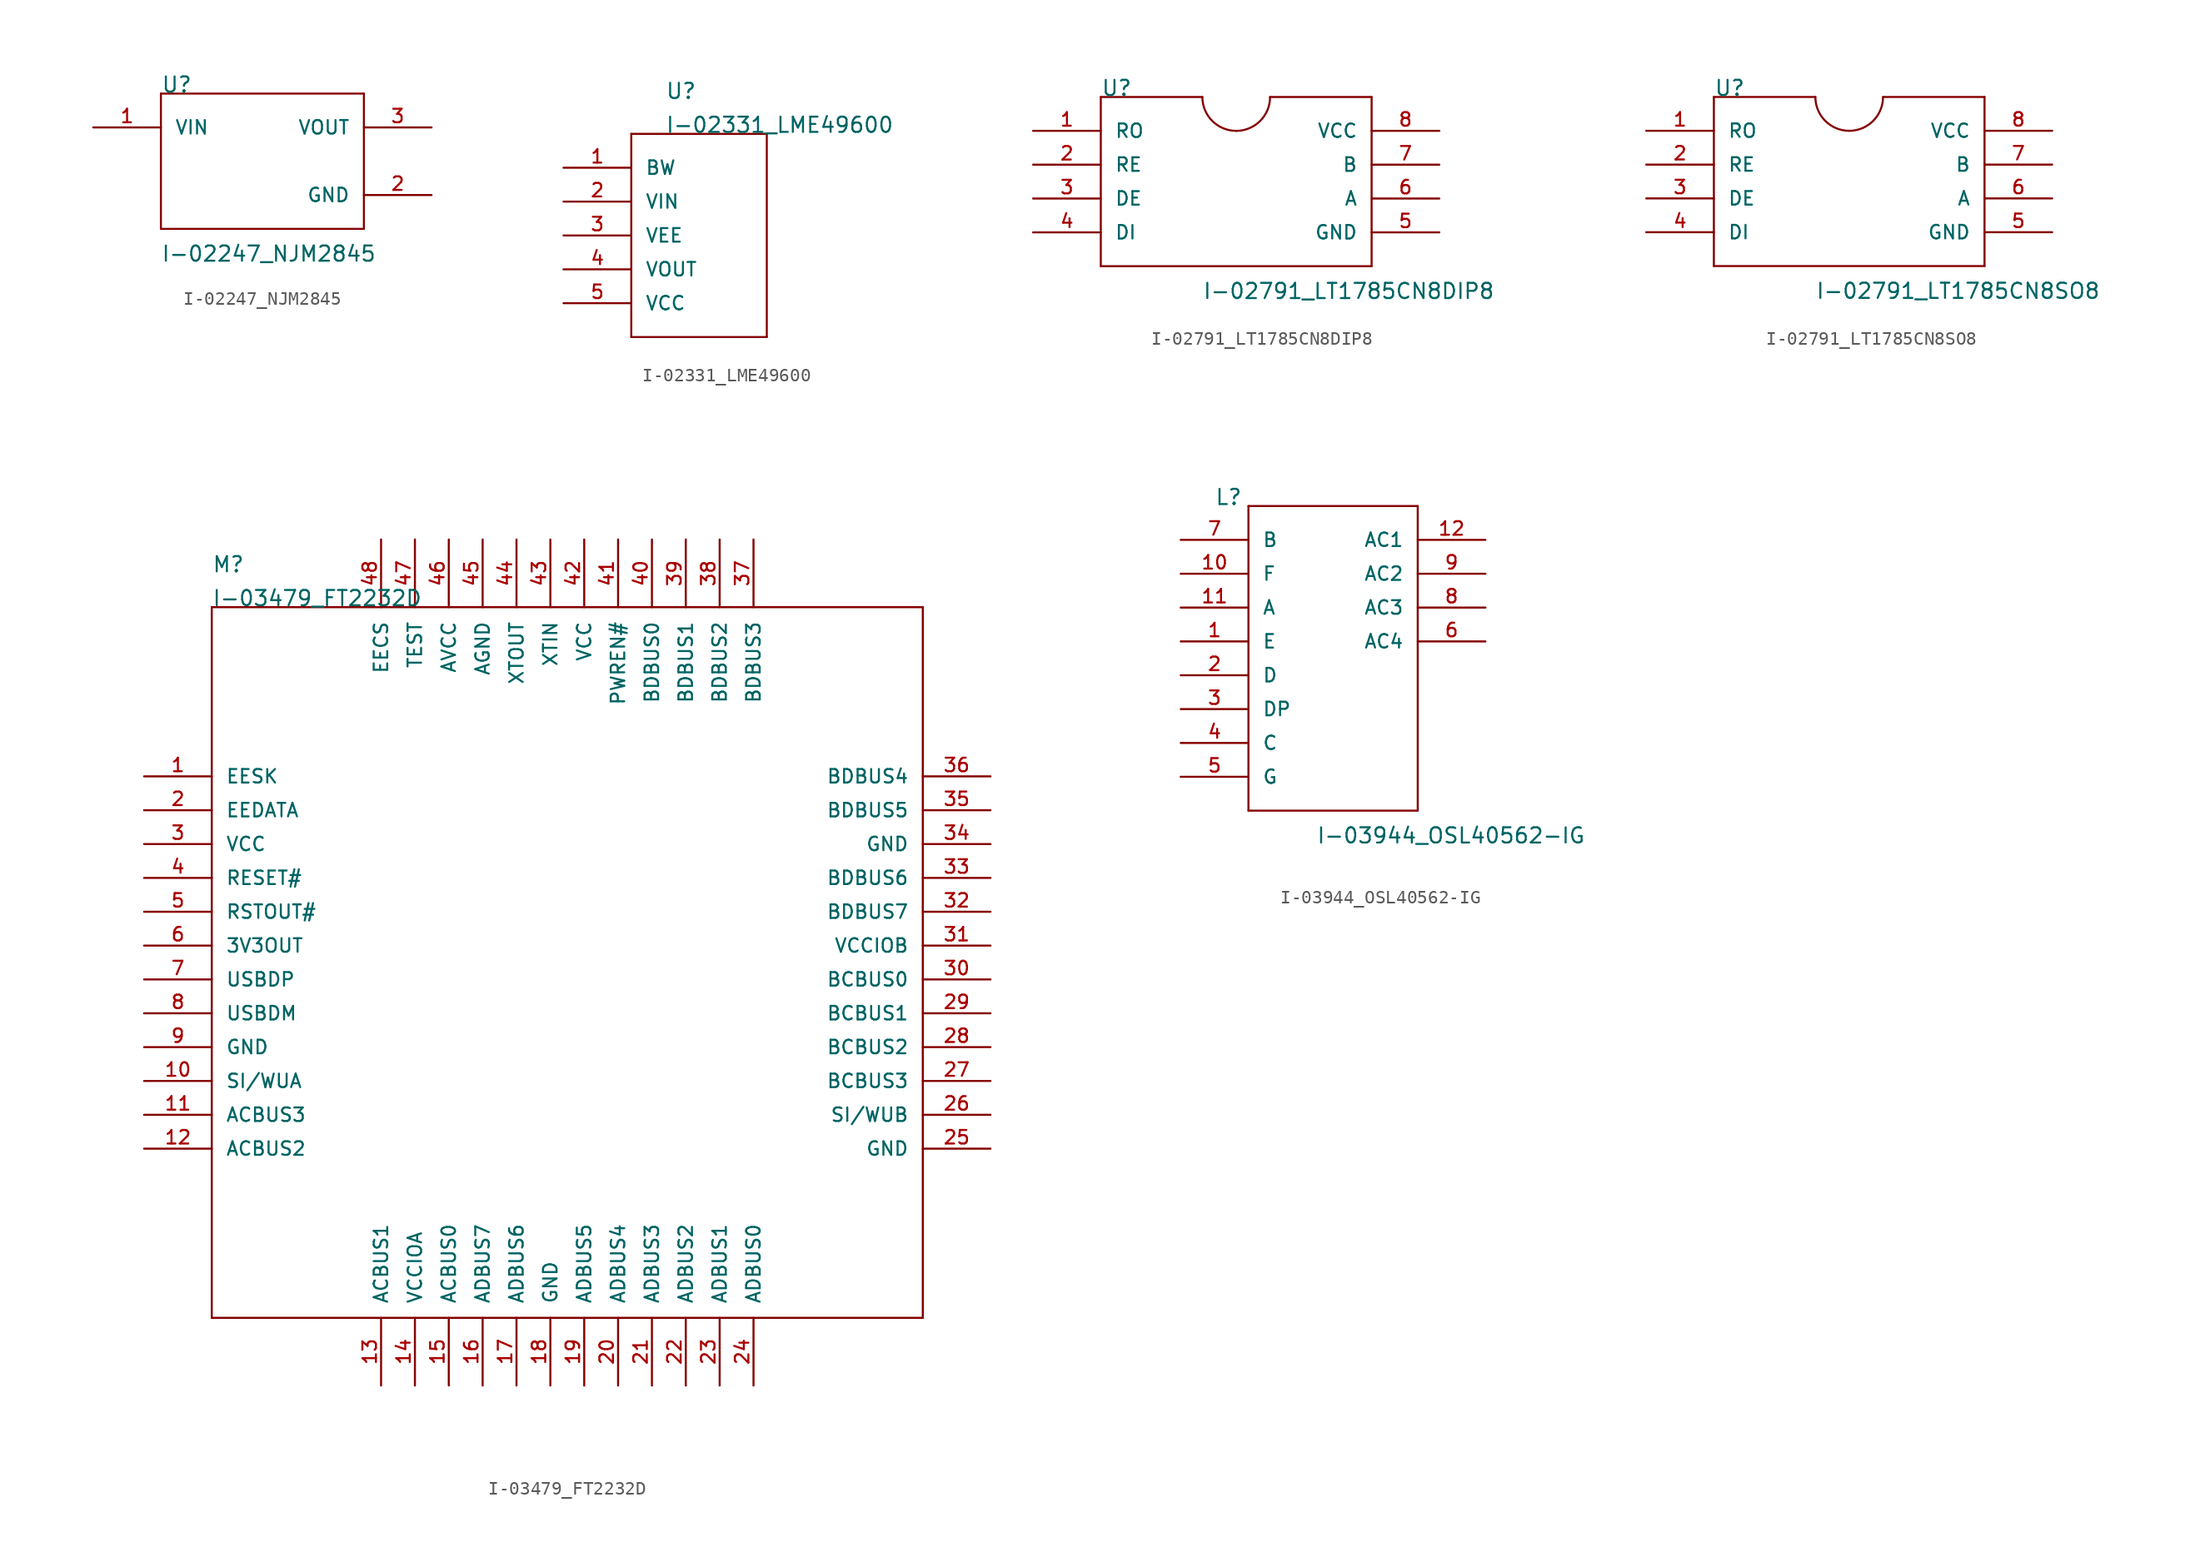
<source format=kicad_sym>
(kicad_symbol_lib
  (version 20211014)
  (generator kicad_symbol_editor)
  (symbol "I-02247_NJM2845"
    (pin_names
      (offset 1.016))
    (property "Reference" "U"
      (at -12.7 2.54 0)
      (effects (font (size 1.143 1.143)) (justify left bottom)))
    (property "Value" "I-02247_NJM2845"
      (at -12.7 -10.16 0)
      (effects (font (size 1.143 1.143)) (justify left bottom)))
    (property "ki_locked" ""
      (at 0 0 0)
      (effects (font (size 1.27 1.27))))
    (symbol "I-02247_NJM2845_1_0"
      (polyline (pts (xy -12.7 -7.62) (xy -12.7 2.54)) (stroke (width 0) (type default) (color 0 0 0 0)) (fill (type none)))
      (polyline (pts (xy -12.7 2.54) (xy 2.54 2.54)) (stroke (width 0) (type default) (color 0 0 0 0)) (fill (type none)))
      (polyline (pts (xy 2.54 -7.62) (xy -12.7 -7.62)) (stroke (width 0) (type default) (color 0 0 0 0)) (fill (type none)))
      (polyline (pts (xy 2.54 2.54) (xy 2.54 -7.62)) (stroke (width 0) (type default) (color 0 0 0 0)) (fill (type none))))
    (symbol "I-02247_NJM2845_1_1"
      (pin bidirectional line (at -17.78 0 0) (length 5.08) (name "VIN" (effects (font (size 1.016 1.016)))) (number "1" (effects (font (size 1.016 1.016)))))
      (pin bidirectional line (at 7.62 -5.08 180) (length 5.08) (name "GND" (effects (font (size 1.016 1.016)))) (number "2" (effects (font (size 1.016 1.016)))))
      (pin bidirectional line (at 7.62 0 180) (length 5.08) (name "VOUT" (effects (font (size 1.016 1.016)))) (number "3" (effects (font (size 1.016 1.016)))))))
  (symbol "I-02331_LME49600"
    (pin_names
      (offset 1.016))
    (property "Reference" "U"
      (at 0 12.7 0)
      (effects (font (size 1.143 1.143)) (justify left bottom)))
    (property "Value" "I-02331_LME49600"
      (at 0 10.16 0)
      (effects (font (size 1.143 1.143)) (justify left bottom)))
    (property "ki_locked" ""
      (at 0 0 0)
      (effects (font (size 1.27 1.27))))
    (symbol "I-02331_LME49600_1_0"
      (polyline (pts (xy -2.54 -5.08) (xy -2.54 10.16)) (stroke (width 0) (type default) (color 0 0 0 0)) (fill (type none)))
      (polyline (pts (xy -2.54 10.16) (xy 7.62 10.16)) (stroke (width 0) (type default) (color 0 0 0 0)) (fill (type none)))
      (polyline (pts (xy 7.62 -5.08) (xy -2.54 -5.08)) (stroke (width 0) (type default) (color 0 0 0 0)) (fill (type none)))
      (polyline (pts (xy 7.62 10.16) (xy 7.62 -5.08)) (stroke (width 0) (type default) (color 0 0 0 0)) (fill (type none))))
    (symbol "I-02331_LME49600_1_1"
      (pin bidirectional line (at -7.62 7.62 0) (length 5.08) (name "BW" (effects (font (size 1.016 1.016)))) (number "1" (effects (font (size 1.016 1.016)))))
      (pin bidirectional line (at -7.62 5.08 0) (length 5.08) (name "VIN" (effects (font (size 1.016 1.016)))) (number "2" (effects (font (size 1.016 1.016)))))
      (pin bidirectional line (at -7.62 2.54 0) (length 5.08) (name "VEE" (effects (font (size 1.016 1.016)))) (number "3" (effects (font (size 1.016 1.016)))))
      (pin bidirectional line (at -7.62 0 0) (length 5.08) (name "VOUT" (effects (font (size 1.016 1.016)))) (number "4" (effects (font (size 1.016 1.016)))))
      (pin bidirectional line (at -7.62 -2.54 0) (length 5.08) (name "VCC" (effects (font (size 1.016 1.016)))) (number "5" (effects (font (size 1.016 1.016)))))
      (pin bidirectional line (at -7.62 2.54 0) (length 5.08) hide (name "VEE" (effects (font (size 1.016 1.016)))) (number "TAB" (effects (font (size 1.016 1.016)))))))
  (symbol "I-02791_LT1785CN8DIP8"
    (pin_names
      (offset 1.016))
    (property "Reference" "U"
      (at -7.62 7.62 0)
      (effects (font (size 1.143 1.143)) (justify left bottom)))
    (property "Value" "I-02791_LT1785CN8DIP8"
      (at 0 -7.62 0)
      (effects (font (size 1.143 1.143)) (justify left bottom)))
    (property "ki_locked" ""
      (at 0 0 0)
      (effects (font (size 1.27 1.27))))
    (symbol "I-02791_LT1785CN8DIP8_1_0"
      (polyline (pts (xy -7.62 -5.08) (xy -7.62 7.62)) (stroke (width 0) (type default) (color 0 0 0 0)) (fill (type none)))
      (polyline (pts (xy -7.62 7.62) (xy 0 7.62)) (stroke (width 0) (type default) (color 0 0 0 0)) (fill (type none)))
      (polyline (pts (xy 5.08 7.62) (xy 12.7 7.62)) (stroke (width 0) (type default) (color 0 0 0 0)) (fill (type none)))
      (polyline (pts (xy 12.7 -5.08) (xy -7.62 -5.08)) (stroke (width 0) (type default) (color 0 0 0 0)) (fill (type none)))
      (polyline (pts (xy 12.7 7.62) (xy 12.7 -5.08)) (stroke (width 0) (type default) (color 0 0 0 0)) (fill (type none))))
    (symbol "I-02791_LT1785CN8DIP8_1_1"
      (arc (start 0 7.62) (mid 0.7439 5.8239) (end 2.54 5.08) (stroke (width 0) (type default) (color 0 0 0 0)) (fill (type none)))
      (arc (start 2.54 5.08) (mid 4.3361 5.8239) (end 5.08 7.62) (stroke (width 0) (type default) (color 0 0 0 0)) (fill (type none)))
      (pin bidirectional line (at -12.7 5.08 0) (length 5.08) (name "RO" (effects (font (size 1.016 1.016)))) (number "1" (effects (font (size 1.016 1.016)))))
      (pin bidirectional line (at -12.7 2.54 0) (length 5.08) (name "RE" (effects (font (size 1.016 1.016)))) (number "2" (effects (font (size 1.016 1.016)))))
      (pin bidirectional line (at -12.7 0 0) (length 5.08) (name "DE" (effects (font (size 1.016 1.016)))) (number "3" (effects (font (size 1.016 1.016)))))
      (pin bidirectional line (at -12.7 -2.54 0) (length 5.08) (name "DI" (effects (font (size 1.016 1.016)))) (number "4" (effects (font (size 1.016 1.016)))))
      (pin bidirectional line (at 17.78 -2.54 180) (length 5.08) (name "GND" (effects (font (size 1.016 1.016)))) (number "5" (effects (font (size 1.016 1.016)))))
      (pin bidirectional line (at 17.78 0 180) (length 5.08) (name "A" (effects (font (size 1.016 1.016)))) (number "6" (effects (font (size 1.016 1.016)))))
      (pin bidirectional line (at 17.78 2.54 180) (length 5.08) (name "B" (effects (font (size 1.016 1.016)))) (number "7" (effects (font (size 1.016 1.016)))))
      (pin bidirectional line (at 17.78 5.08 180) (length 5.08) (name "VCC" (effects (font (size 1.016 1.016)))) (number "8" (effects (font (size 1.016 1.016)))))))
  (symbol "I-02791_LT1785CN8SO8"
    (pin_names
      (offset 1.016))
    (property "Reference" "U"
      (at -7.62 7.62 0)
      (effects (font (size 1.143 1.143)) (justify left bottom)))
    (property "Value" "I-02791_LT1785CN8SO8"
      (at 0 -7.62 0)
      (effects (font (size 1.143 1.143)) (justify left bottom)))
    (property "ki_locked" ""
      (at 0 0 0)
      (effects (font (size 1.27 1.27))))
    (symbol "I-02791_LT1785CN8SO8_1_0"
      (polyline (pts (xy -7.62 -5.08) (xy -7.62 7.62)) (stroke (width 0) (type default) (color 0 0 0 0)) (fill (type none)))
      (polyline (pts (xy -7.62 7.62) (xy 0 7.62)) (stroke (width 0) (type default) (color 0 0 0 0)) (fill (type none)))
      (polyline (pts (xy 5.08 7.62) (xy 12.7 7.62)) (stroke (width 0) (type default) (color 0 0 0 0)) (fill (type none)))
      (polyline (pts (xy 12.7 -5.08) (xy -7.62 -5.08)) (stroke (width 0) (type default) (color 0 0 0 0)) (fill (type none)))
      (polyline (pts (xy 12.7 7.62) (xy 12.7 -5.08)) (stroke (width 0) (type default) (color 0 0 0 0)) (fill (type none))))
    (symbol "I-02791_LT1785CN8SO8_1_1"
      (arc (start 0 7.62) (mid 0.7439 5.8239) (end 2.54 5.08) (stroke (width 0) (type default) (color 0 0 0 0)) (fill (type none)))
      (arc (start 2.54 5.08) (mid 4.3361 5.8239) (end 5.08 7.62) (stroke (width 0) (type default) (color 0 0 0 0)) (fill (type none)))
      (pin bidirectional line (at -12.7 5.08 0) (length 5.08) (name "RO" (effects (font (size 1.016 1.016)))) (number "1" (effects (font (size 1.016 1.016)))))
      (pin bidirectional line (at -12.7 2.54 0) (length 5.08) (name "RE" (effects (font (size 1.016 1.016)))) (number "2" (effects (font (size 1.016 1.016)))))
      (pin bidirectional line (at -12.7 0 0) (length 5.08) (name "DE" (effects (font (size 1.016 1.016)))) (number "3" (effects (font (size 1.016 1.016)))))
      (pin bidirectional line (at -12.7 -2.54 0) (length 5.08) (name "DI" (effects (font (size 1.016 1.016)))) (number "4" (effects (font (size 1.016 1.016)))))
      (pin bidirectional line (at 17.78 -2.54 180) (length 5.08) (name "GND" (effects (font (size 1.016 1.016)))) (number "5" (effects (font (size 1.016 1.016)))))
      (pin bidirectional line (at 17.78 0 180) (length 5.08) (name "A" (effects (font (size 1.016 1.016)))) (number "6" (effects (font (size 1.016 1.016)))))
      (pin bidirectional line (at 17.78 2.54 180) (length 5.08) (name "B" (effects (font (size 1.016 1.016)))) (number "7" (effects (font (size 1.016 1.016)))))
      (pin bidirectional line (at 17.78 5.08 180) (length 5.08) (name "VCC" (effects (font (size 1.016 1.016)))) (number "8" (effects (font (size 1.016 1.016)))))))
  (symbol "I-03479_FT2232D"
    (pin_names
      (offset 1.016))
    (property "Reference" "M"
      (at -25.4 27.94 0)
      (effects (font (size 1.143 1.143)) (justify left bottom)))
    (property "Value" "I-03479_FT2232D"
      (at -25.4 25.4 0)
      (effects (font (size 1.143 1.143)) (justify left bottom)))
    (property "ki_locked" ""
      (at 0 0 0)
      (effects (font (size 1.27 1.27))))
    (symbol "I-03479_FT2232D_1_0"
      (polyline (pts (xy -25.4 -27.94) (xy 27.94 -27.94)) (stroke (width 0) (type default) (color 0 0 0 0)) (fill (type none)))
      (polyline (pts (xy -25.4 25.4) (xy -25.4 -27.94)) (stroke (width 0) (type default) (color 0 0 0 0)) (fill (type none)))
      (polyline (pts (xy 27.94 -27.94) (xy 27.94 25.4)) (stroke (width 0) (type default) (color 0 0 0 0)) (fill (type none)))
      (polyline (pts (xy 27.94 25.4) (xy -25.4 25.4)) (stroke (width 0) (type default) (color 0 0 0 0)) (fill (type none))))
    (symbol "I-03479_FT2232D_1_1"
      (pin bidirectional line (at -30.48 12.7 0) (length 5.08) (name "EESK" (effects (font (size 1.016 1.016)))) (number "1" (effects (font (size 1.016 1.016)))))
      (pin bidirectional line (at -30.48 -10.16 0) (length 5.08) (name "SI/WUA" (effects (font (size 1.016 1.016)))) (number "10" (effects (font (size 1.016 1.016)))))
      (pin bidirectional line (at -30.48 -12.7 0) (length 5.08) (name "ACBUS3" (effects (font (size 1.016 1.016)))) (number "11" (effects (font (size 1.016 1.016)))))
      (pin bidirectional line (at -30.48 -15.24 0) (length 5.08) (name "ACBUS2" (effects (font (size 1.016 1.016)))) (number "12" (effects (font (size 1.016 1.016)))))
      (pin bidirectional line (at -12.7 -33.02 90) (length 5.08) (name "ACBUS1" (effects (font (size 1.016 1.016)))) (number "13" (effects (font (size 1.016 1.016)))))
      (pin bidirectional line (at -10.16 -33.02 90) (length 5.08) (name "VCCIOA" (effects (font (size 1.016 1.016)))) (number "14" (effects (font (size 1.016 1.016)))))
      (pin bidirectional line (at -7.62 -33.02 90) (length 5.08) (name "ACBUS0" (effects (font (size 1.016 1.016)))) (number "15" (effects (font (size 1.016 1.016)))))
      (pin bidirectional line (at -5.08 -33.02 90) (length 5.08) (name "ADBUS7" (effects (font (size 1.016 1.016)))) (number "16" (effects (font (size 1.016 1.016)))))
      (pin bidirectional line (at -2.54 -33.02 90) (length 5.08) (name "ADBUS6" (effects (font (size 1.016 1.016)))) (number "17" (effects (font (size 1.016 1.016)))))
      (pin bidirectional line (at 0 -33.02 90) (length 5.08) (name "GND" (effects (font (size 1.016 1.016)))) (number "18" (effects (font (size 1.016 1.016)))))
      (pin bidirectional line (at 2.54 -33.02 90) (length 5.08) (name "ADBUS5" (effects (font (size 1.016 1.016)))) (number "19" (effects (font (size 1.016 1.016)))))
      (pin bidirectional line (at -30.48 10.16 0) (length 5.08) (name "EEDATA" (effects (font (size 1.016 1.016)))) (number "2" (effects (font (size 1.016 1.016)))))
      (pin bidirectional line (at 5.08 -33.02 90) (length 5.08) (name "ADBUS4" (effects (font (size 1.016 1.016)))) (number "20" (effects (font (size 1.016 1.016)))))
      (pin bidirectional line (at 7.62 -33.02 90) (length 5.08) (name "ADBUS3" (effects (font (size 1.016 1.016)))) (number "21" (effects (font (size 1.016 1.016)))))
      (pin bidirectional line (at 10.16 -33.02 90) (length 5.08) (name "ADBUS2" (effects (font (size 1.016 1.016)))) (number "22" (effects (font (size 1.016 1.016)))))
      (pin bidirectional line (at 12.7 -33.02 90) (length 5.08) (name "ADBUS1" (effects (font (size 1.016 1.016)))) (number "23" (effects (font (size 1.016 1.016)))))
      (pin bidirectional line (at 15.24 -33.02 90) (length 5.08) (name "ADBUS0" (effects (font (size 1.016 1.016)))) (number "24" (effects (font (size 1.016 1.016)))))
      (pin bidirectional line (at 33.02 -15.24 180) (length 5.08) (name "GND" (effects (font (size 1.016 1.016)))) (number "25" (effects (font (size 1.016 1.016)))))
      (pin bidirectional line (at 33.02 -12.7 180) (length 5.08) (name "SI/WUB" (effects (font (size 1.016 1.016)))) (number "26" (effects (font (size 1.016 1.016)))))
      (pin bidirectional line (at 33.02 -10.16 180) (length 5.08) (name "BCBUS3" (effects (font (size 1.016 1.016)))) (number "27" (effects (font (size 1.016 1.016)))))
      (pin bidirectional line (at 33.02 -7.62 180) (length 5.08) (name "BCBUS2" (effects (font (size 1.016 1.016)))) (number "28" (effects (font (size 1.016 1.016)))))
      (pin bidirectional line (at 33.02 -5.08 180) (length 5.08) (name "BCBUS1" (effects (font (size 1.016 1.016)))) (number "29" (effects (font (size 1.016 1.016)))))
      (pin bidirectional line (at -30.48 7.62 0) (length 5.08) (name "VCC" (effects (font (size 1.016 1.016)))) (number "3" (effects (font (size 1.016 1.016)))))
      (pin bidirectional line (at 33.02 -2.54 180) (length 5.08) (name "BCBUS0" (effects (font (size 1.016 1.016)))) (number "30" (effects (font (size 1.016 1.016)))))
      (pin bidirectional line (at 33.02 0 180) (length 5.08) (name "VCCIOB" (effects (font (size 1.016 1.016)))) (number "31" (effects (font (size 1.016 1.016)))))
      (pin bidirectional line (at 33.02 2.54 180) (length 5.08) (name "BDBUS7" (effects (font (size 1.016 1.016)))) (number "32" (effects (font (size 1.016 1.016)))))
      (pin bidirectional line (at 33.02 5.08 180) (length 5.08) (name "BDBUS6" (effects (font (size 1.016 1.016)))) (number "33" (effects (font (size 1.016 1.016)))))
      (pin bidirectional line (at 33.02 7.62 180) (length 5.08) (name "GND" (effects (font (size 1.016 1.016)))) (number "34" (effects (font (size 1.016 1.016)))))
      (pin bidirectional line (at 33.02 10.16 180) (length 5.08) (name "BDBUS5" (effects (font (size 1.016 1.016)))) (number "35" (effects (font (size 1.016 1.016)))))
      (pin bidirectional line (at 33.02 12.7 180) (length 5.08) (name "BDBUS4" (effects (font (size 1.016 1.016)))) (number "36" (effects (font (size 1.016 1.016)))))
      (pin bidirectional line (at 15.24 30.48 270) (length 5.08) (name "BDBUS3" (effects (font (size 1.016 1.016)))) (number "37" (effects (font (size 1.016 1.016)))))
      (pin bidirectional line (at 12.7 30.48 270) (length 5.08) (name "BDBUS2" (effects (font (size 1.016 1.016)))) (number "38" (effects (font (size 1.016 1.016)))))
      (pin bidirectional line (at 10.16 30.48 270) (length 5.08) (name "BDBUS1" (effects (font (size 1.016 1.016)))) (number "39" (effects (font (size 1.016 1.016)))))
      (pin bidirectional line (at -30.48 5.08 0) (length 5.08) (name "RESET#" (effects (font (size 1.016 1.016)))) (number "4" (effects (font (size 1.016 1.016)))))
      (pin bidirectional line (at 7.62 30.48 270) (length 5.08) (name "BDBUS0" (effects (font (size 1.016 1.016)))) (number "40" (effects (font (size 1.016 1.016)))))
      (pin bidirectional line (at 5.08 30.48 270) (length 5.08) (name "PWREN#" (effects (font (size 1.016 1.016)))) (number "41" (effects (font (size 1.016 1.016)))))
      (pin bidirectional line (at 2.54 30.48 270) (length 5.08) (name "VCC" (effects (font (size 1.016 1.016)))) (number "42" (effects (font (size 1.016 1.016)))))
      (pin bidirectional line (at 0 30.48 270) (length 5.08) (name "XTIN" (effects (font (size 1.016 1.016)))) (number "43" (effects (font (size 1.016 1.016)))))
      (pin bidirectional line (at -2.54 30.48 270) (length 5.08) (name "XTOUT" (effects (font (size 1.016 1.016)))) (number "44" (effects (font (size 1.016 1.016)))))
      (pin bidirectional line (at -5.08 30.48 270) (length 5.08) (name "AGND" (effects (font (size 1.016 1.016)))) (number "45" (effects (font (size 1.016 1.016)))))
      (pin bidirectional line (at -7.62 30.48 270) (length 5.08) (name "AVCC" (effects (font (size 1.016 1.016)))) (number "46" (effects (font (size 1.016 1.016)))))
      (pin bidirectional line (at -10.16 30.48 270) (length 5.08) (name "TEST" (effects (font (size 1.016 1.016)))) (number "47" (effects (font (size 1.016 1.016)))))
      (pin bidirectional line (at -12.7 30.48 270) (length 5.08) (name "EECS" (effects (font (size 1.016 1.016)))) (number "48" (effects (font (size 1.016 1.016)))))
      (pin bidirectional line (at -30.48 2.54 0) (length 5.08) (name "RSTOUT#" (effects (font (size 1.016 1.016)))) (number "5" (effects (font (size 1.016 1.016)))))
      (pin bidirectional line (at -30.48 0 0) (length 5.08) (name "3V3OUT" (effects (font (size 1.016 1.016)))) (number "6" (effects (font (size 1.016 1.016)))))
      (pin bidirectional line (at -30.48 -2.54 0) (length 5.08) (name "USBDP" (effects (font (size 1.016 1.016)))) (number "7" (effects (font (size 1.016 1.016)))))
      (pin bidirectional line (at -30.48 -5.08 0) (length 5.08) (name "USBDM" (effects (font (size 1.016 1.016)))) (number "8" (effects (font (size 1.016 1.016)))))
      (pin bidirectional line (at -30.48 -7.62 0) (length 5.08) (name "GND" (effects (font (size 1.016 1.016)))) (number "9" (effects (font (size 1.016 1.016)))))))
  (symbol "I-03944_OSL40562-IG"
    (pin_names
      (offset 1.016))
    (property "Reference" "L"
      (at -7.62 12.7 0)
      (effects (font (size 1.143 1.143)) (justify left bottom)))
    (property "Value" "I-03944_OSL40562-IG"
      (at 0 -12.7 0)
      (effects (font (size 1.143 1.143)) (justify left bottom)))
    (property "ki_locked" ""
      (at 0 0 0)
      (effects (font (size 1.27 1.27))))
    (symbol "I-03944_OSL40562-IG_1_0"
      (polyline (pts (xy -5.08 -10.16) (xy -5.08 12.7)) (stroke (width 0) (type default) (color 0 0 0 0)) (fill (type none)))
      (polyline (pts (xy -5.08 12.7) (xy 7.62 12.7)) (stroke (width 0) (type default) (color 0 0 0 0)) (fill (type none)))
      (polyline (pts (xy 7.62 -10.16) (xy -5.08 -10.16)) (stroke (width 0) (type default) (color 0 0 0 0)) (fill (type none)))
      (polyline (pts (xy 7.62 12.7) (xy 7.62 -10.16)) (stroke (width 0) (type default) (color 0 0 0 0)) (fill (type none))))
    (symbol "I-03944_OSL40562-IG_1_1"
      (pin bidirectional line (at -10.16 2.54 0) (length 5.08) (name "E" (effects (font (size 1.016 1.016)))) (number "1" (effects (font (size 1.016 1.016)))))
      (pin bidirectional line (at -10.16 7.62 0) (length 5.08) (name "F" (effects (font (size 1.016 1.016)))) (number "10" (effects (font (size 1.016 1.016)))))
      (pin bidirectional line (at -10.16 5.08 0) (length 5.08) (name "A" (effects (font (size 1.016 1.016)))) (number "11" (effects (font (size 1.016 1.016)))))
      (pin bidirectional line (at 12.7 10.16 180) (length 5.08) (name "AC1" (effects (font (size 1.016 1.016)))) (number "12" (effects (font (size 1.016 1.016)))))
      (pin bidirectional line (at -10.16 0 0) (length 5.08) (name "D" (effects (font (size 1.016 1.016)))) (number "2" (effects (font (size 1.016 1.016)))))
      (pin bidirectional line (at -10.16 -2.54 0) (length 5.08) (name "DP" (effects (font (size 1.016 1.016)))) (number "3" (effects (font (size 1.016 1.016)))))
      (pin bidirectional line (at -10.16 -5.08 0) (length 5.08) (name "C" (effects (font (size 1.016 1.016)))) (number "4" (effects (font (size 1.016 1.016)))))
      (pin bidirectional line (at -10.16 -7.62 0) (length 5.08) (name "G" (effects (font (size 1.016 1.016)))) (number "5" (effects (font (size 1.016 1.016)))))
      (pin bidirectional line (at 12.7 2.54 180) (length 5.08) (name "AC4" (effects (font (size 1.016 1.016)))) (number "6" (effects (font (size 1.016 1.016)))))
      (pin bidirectional line (at -10.16 10.16 0) (length 5.08) (name "B" (effects (font (size 1.016 1.016)))) (number "7" (effects (font (size 1.016 1.016)))))
      (pin bidirectional line (at 12.7 5.08 180) (length 5.08) (name "AC3" (effects (font (size 1.016 1.016)))) (number "8" (effects (font (size 1.016 1.016)))))
      (pin bidirectional line (at 12.7 7.62 180) (length 5.08) (name "AC2" (effects (font (size 1.016 1.016)))) (number "9" (effects (font (size 1.016 1.016))))))))
</source>
